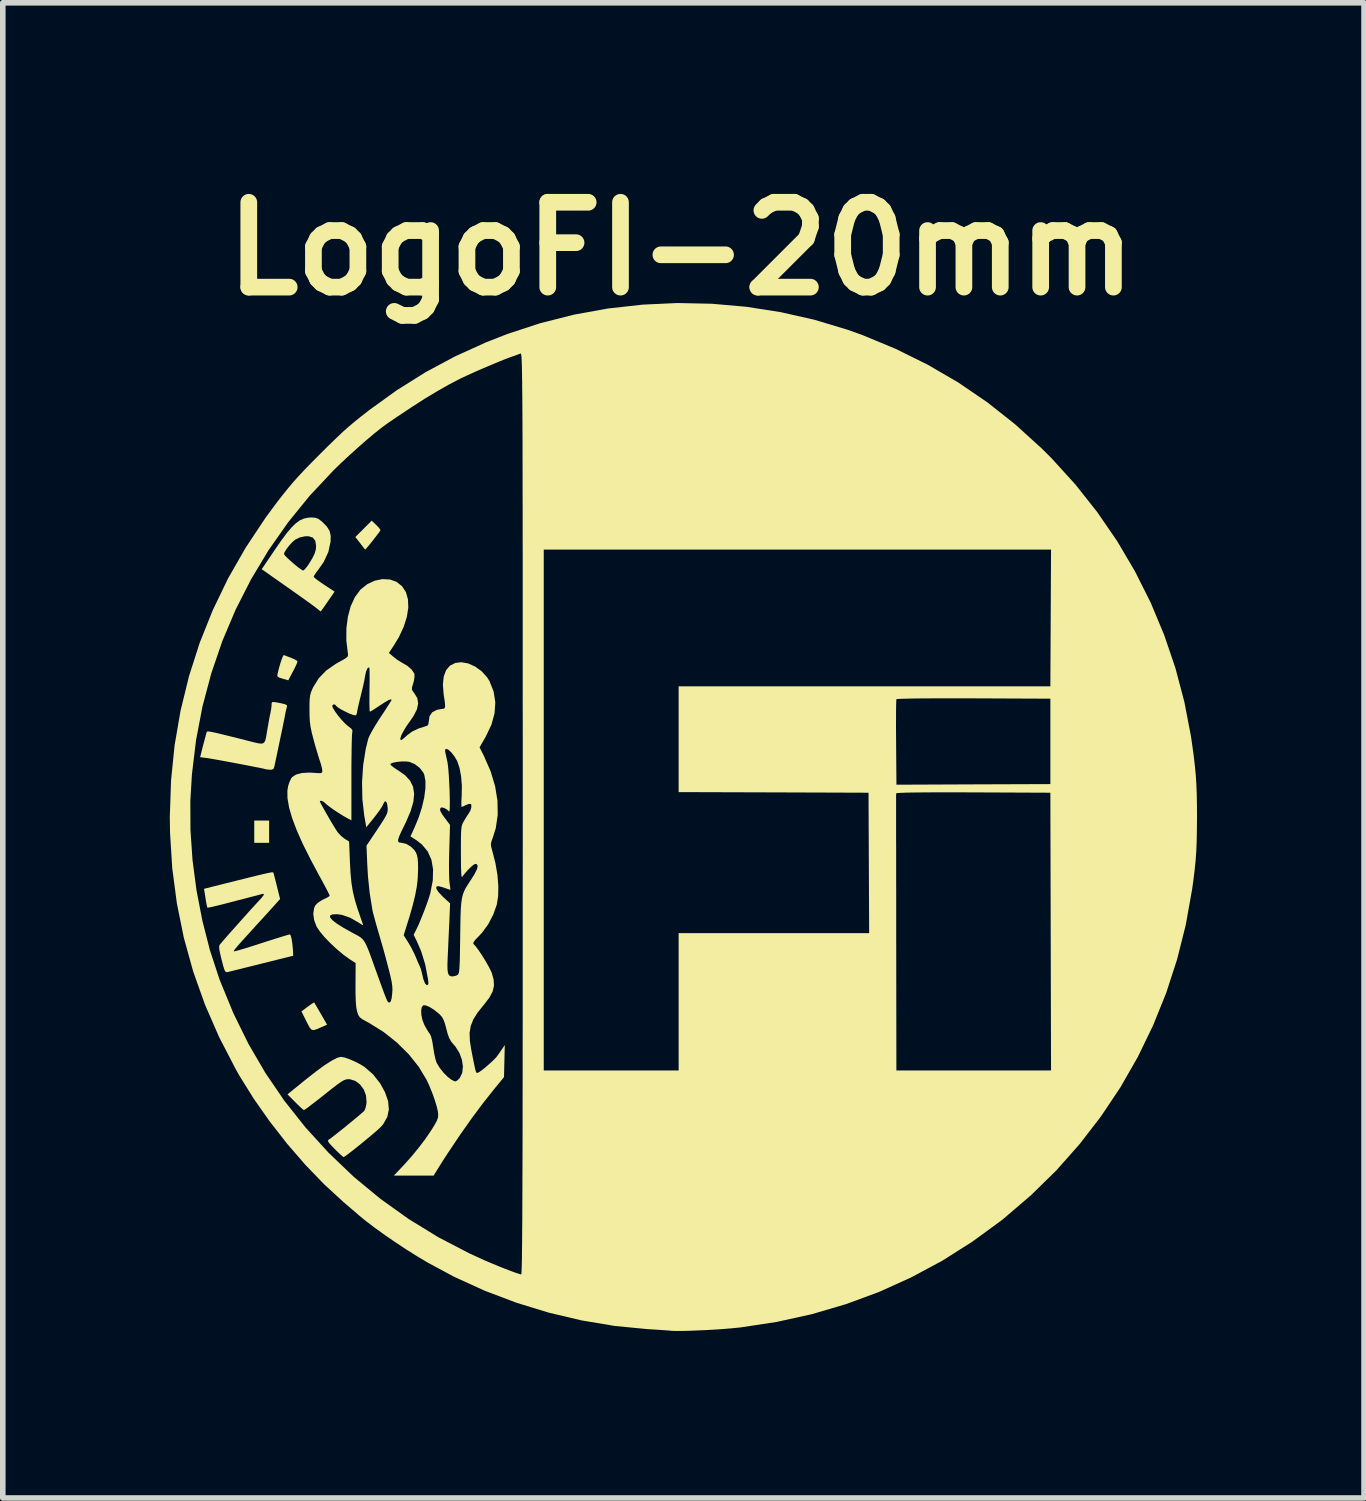
<source format=kicad_pcb>
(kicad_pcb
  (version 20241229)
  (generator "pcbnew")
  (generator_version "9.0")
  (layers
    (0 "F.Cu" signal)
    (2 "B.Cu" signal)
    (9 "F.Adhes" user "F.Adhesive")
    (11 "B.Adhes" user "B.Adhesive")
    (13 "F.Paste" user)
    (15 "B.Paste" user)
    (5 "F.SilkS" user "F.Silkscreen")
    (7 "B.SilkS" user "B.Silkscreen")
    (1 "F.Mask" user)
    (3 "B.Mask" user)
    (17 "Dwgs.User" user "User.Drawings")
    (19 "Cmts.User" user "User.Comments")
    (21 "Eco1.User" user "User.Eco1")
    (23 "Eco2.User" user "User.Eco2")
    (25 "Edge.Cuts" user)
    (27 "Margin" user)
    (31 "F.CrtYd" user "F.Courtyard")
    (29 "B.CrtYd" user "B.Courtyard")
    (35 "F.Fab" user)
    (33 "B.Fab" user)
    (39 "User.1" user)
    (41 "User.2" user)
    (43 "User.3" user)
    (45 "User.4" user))
  (footprint "LogoFI-20mm"
    (layer "F.Cu")
    (at 9.184 11.578)
    (property "Reference" "LogoFI-20mm" (at 0 -10.16 0) (layer "F.SilkS") (effects (font (size 1.524 1.524) (thickness 0.3))))
    (attr board_only exclude_from_pos_files exclude_from_bom)
    (fp_poly (pts (xy -7.4 0.511) (xy -7.667 0.511) (xy -7.667 0.111) (xy -7.4 0.111)) (stroke (width 0) (type solid)) (fill yes) (layer "F.SilkS"))
    (fp_poly (pts (xy -6.577 3.402) (xy -6.546 3.454) (xy -6.503 3.527) (xy -6.471 3.583) (xy -6.359 3.777) (xy -6.456 3.82) (xy -6.541 3.857) (xy -6.598 3.875) (xy -6.636 3.868) (xy -6.669 3.834) (xy -6.705 3.767) (xy -6.731 3.716) (xy -6.819 3.54) (xy -6.709 3.456) (xy -6.65 3.414) (xy -6.607 3.386) (xy -6.59 3.38)) (stroke (width 0) (type solid)) (fill yes) (layer "F.SilkS"))
    (fp_poly (pts (xy -5.478 -5.2) (xy -5.433 -5.153) (xy -5.404 -5.116) (xy -5.4 -5.105) (xy -5.413 -5.083) (xy -5.446 -5.038) (xy -5.493 -4.977) (xy -5.545 -4.909) (xy -5.597 -4.845) (xy -5.641 -4.793) (xy -5.669 -4.761) (xy -5.675 -4.757) (xy -5.689 -4.773) (xy -5.722 -4.815) (xy -5.764 -4.87) (xy -5.851 -4.982) (xy -5.704 -5.129) (xy -5.557 -5.276)) (stroke (width 0) (type solid)) (fill yes) (layer "F.SilkS"))
    (fp_poly (pts (xy -7.108 -2.851) (xy -7.053 -2.83) (xy -7.005 -2.812) (xy -6.942 -2.785) (xy -6.9 -2.759) (xy -6.89 -2.746) (xy -6.9 -2.716) (xy -6.926 -2.658) (xy -6.963 -2.584) (xy -6.973 -2.565) (xy -7.056 -2.408) (xy -7.159 -2.438) (xy -7.22 -2.457) (xy -7.248 -2.476) (xy -7.252 -2.505) (xy -7.245 -2.539) (xy -7.22 -2.638) (xy -7.193 -2.729) (xy -7.168 -2.802) (xy -7.148 -2.849) (xy -7.136 -2.862)) (stroke (width 0) (type solid)) (fill yes) (layer "F.SilkS"))
    (fp_poly (pts (xy -7.264 -2.011) (xy -7.191 -1.997) (xy -7.119 -1.98) (xy -7.084 -1.963) (xy -7.076 -1.943) (xy -7.079 -1.936) (xy -7.091 -1.893) (xy -7.106 -1.827) (xy -7.111 -1.8) (xy -7.121 -1.745) (xy -7.139 -1.657) (xy -7.162 -1.543) (xy -7.189 -1.415) (xy -7.211 -1.311) (xy -7.238 -1.181) (xy -7.263 -1.062) (xy -7.284 -0.963) (xy -7.299 -0.893) (xy -7.305 -0.861) (xy -7.322 -0.816) (xy -7.36 -0.802) (xy -7.375 -0.802) (xy -7.427 -0.806) (xy -7.456 -0.81) (xy -7.495 -0.82) (xy -7.57 -0.836) (xy -7.673 -0.856) (xy -7.795 -0.88) (xy -7.93 -0.906) (xy -8.068 -0.932) (xy -8.202 -0.957) (xy -8.324 -0.979) (xy -8.426 -0.997) (xy -8.5 -1.009) (xy -8.525 -1.013) (xy -8.639 -1.027) (xy -8.619 -1.108) (xy -8.603 -1.172) (xy -8.58 -1.262) (xy -8.554 -1.359) (xy -8.53 -1.448) (xy -8.521 -1.481) (xy -8.515 -1.487) (xy -8.499 -1.49) (xy -8.469 -1.487) (xy -8.42 -1.478) (xy -8.348 -1.463) (xy -8.249 -1.439) (xy -8.119 -1.407) (xy -7.954 -1.366) (xy -7.789 -1.324) (xy -7.667 -1.293) (xy -7.582 -1.274) (xy -7.525 -1.271) (xy -7.49 -1.289) (xy -7.468 -1.329) (xy -7.453 -1.396) (xy -7.437 -1.494) (xy -7.437 -1.494) (xy -7.418 -1.602) (xy -7.4 -1.704) (xy -7.384 -1.786) (xy -7.377 -1.817) (xy -7.363 -1.89) (xy -7.356 -1.954) (xy -7.356 -1.967) (xy -7.354 -1.999) (xy -7.345 -2.015) (xy -7.318 -2.019)) (stroke (width 0) (type solid)) (fill yes) (layer "F.SilkS"))
    (fp_poly (pts (xy -6.566 -5.328) (xy -6.512 -5.306) (xy -6.452 -5.26) (xy -6.443 -5.252) (xy -6.362 -5.169) (xy -6.314 -5.091) (xy -6.294 -5.006) (xy -6.296 -4.897) (xy -6.297 -4.894) (xy -6.336 -4.714) (xy -6.419 -4.535) (xy -6.51 -4.404) (xy -6.557 -4.342) (xy -6.589 -4.293) (xy -6.6 -4.269) (xy -6.583 -4.249) (xy -6.536 -4.211) (xy -6.467 -4.162) (xy -6.412 -4.125) (xy -6.224 -4.001) (xy -6.347 -3.823) (xy -6.399 -3.747) (xy -6.442 -3.687) (xy -6.468 -3.652) (xy -6.474 -3.645) (xy -6.492 -3.658) (xy -6.53 -3.69) (xy -6.537 -3.695) (xy -6.571 -3.721) (xy -6.635 -3.769) (xy -6.725 -3.834) (xy -6.835 -3.912) (xy -6.958 -3.999) (xy -7.064 -4.074) (xy -7.533 -4.404) (xy -7.349 -4.676) (xy -7.133 -4.676) (xy -7.117 -4.651) (xy -7.075 -4.608) (xy -7.016 -4.553) (xy -6.949 -4.495) (xy -6.883 -4.441) (xy -6.828 -4.401) (xy -6.793 -4.38) (xy -6.789 -4.379) (xy -6.765 -4.396) (xy -6.728 -4.439) (xy -6.696 -4.483) (xy -6.628 -4.592) (xy -6.585 -4.679) (xy -6.562 -4.752) (xy -6.556 -4.821) (xy -6.57 -4.912) (xy -6.613 -4.97) (xy -6.686 -4.995) (xy -6.755 -4.995) (xy -6.844 -4.976) (xy -6.923 -4.94) (xy -6.932 -4.934) (xy -6.986 -4.887) (xy -7.043 -4.825) (xy -7.092 -4.76) (xy -7.125 -4.704) (xy -7.133 -4.676) (xy -7.349 -4.676) (xy -7.305 -4.741) (xy -7.187 -4.912) (xy -7.086 -5.048) (xy -6.999 -5.152) (xy -6.92 -5.229) (xy -6.846 -5.282) (xy -6.773 -5.314) (xy -6.696 -5.33) (xy -6.634 -5.333)) (stroke (width 0) (type solid)) (fill yes) (layer "F.SilkS"))
    (fp_poly (pts (xy -6.045 4.367) (xy -5.955 4.398) (xy -5.855 4.442) (xy -5.755 4.494) (xy -5.684 4.539) (xy -5.535 4.668) (xy -5.407 4.83) (xy -5.319 4.989) (xy -5.263 5.15) (xy -5.249 5.298) (xy -5.277 5.434) (xy -5.348 5.56) (xy -5.383 5.603) (xy -5.421 5.64) (xy -5.482 5.695) (xy -5.562 5.763) (xy -5.653 5.839) (xy -5.748 5.917) (xy -5.841 5.992) (xy -5.926 6.059) (xy -5.996 6.112) (xy -6.044 6.146) (xy -6.063 6.156) (xy -6.084 6.141) (xy -6.129 6.101) (xy -6.189 6.043) (xy -6.223 6.01) (xy -6.29 5.94) (xy -6.329 5.894) (xy -6.343 5.866) (xy -6.338 5.849) (xy -6.33 5.843) (xy -6.296 5.82) (xy -6.237 5.775) (xy -6.159 5.713) (xy -6.068 5.641) (xy -5.974 5.564) (xy -5.882 5.489) (xy -5.8 5.421) (xy -5.736 5.366) (xy -5.696 5.33) (xy -5.689 5.322) (xy -5.67 5.28) (xy -5.655 5.212) (xy -5.65 5.171) (xy -5.659 5.051) (xy -5.7 4.942) (xy -5.766 4.852) (xy -5.852 4.787) (xy -5.951 4.757) (xy -5.976 4.756) (xy -6.014 4.76) (xy -6.056 4.775) (xy -6.108 4.805) (xy -6.179 4.855) (xy -6.274 4.928) (xy -6.302 4.95) (xy -6.446 5.065) (xy -6.56 5.154) (xy -6.646 5.22) (xy -6.707 5.267) (xy -6.747 5.295) (xy -6.77 5.309) (xy -6.777 5.311) (xy -6.797 5.296) (xy -6.841 5.257) (xy -6.9 5.2) (xy -6.93 5.17) (xy -7.07 5.029) (xy -6.735 4.757) (xy -6.555 4.616) (xy -6.402 4.504) (xy -6.276 4.424) (xy -6.18 4.374) (xy -6.113 4.356) (xy -6.11 4.356)) (stroke (width 0) (type solid)) (fill yes) (layer "F.SilkS"))
    (fp_poly (pts (xy -7.329 1.042) (xy -7.323 1.047) (xy -7.321 1.053) (xy -7.313 1.084) (xy -7.296 1.148) (xy -7.274 1.234) (xy -7.258 1.299) (xy -7.203 1.52) (xy -7.283 1.61) (xy -7.329 1.661) (xy -7.396 1.735) (xy -7.476 1.823) (xy -7.56 1.915) (xy -7.567 1.922) (xy -7.704 2.073) (xy -7.814 2.194) (xy -7.899 2.288) (xy -7.961 2.358) (xy -8.003 2.408) (xy -8.027 2.44) (xy -8.036 2.457) (xy -8.035 2.461) (xy -8.012 2.457) (xy -7.953 2.442) (xy -7.863 2.416) (xy -7.75 2.381) (xy -7.618 2.339) (xy -7.538 2.313) (xy -7.398 2.268) (xy -7.271 2.228) (xy -7.165 2.195) (xy -7.085 2.171) (xy -7.038 2.158) (xy -7.028 2.156) (xy -7.012 2.176) (xy -6.997 2.234) (xy -6.983 2.32) (xy -6.973 2.426) (xy -6.971 2.453) (xy -6.967 2.539) (xy -7.533 2.68) (xy -7.688 2.719) (xy -7.83 2.754) (xy -7.953 2.785) (xy -8.051 2.809) (xy -8.119 2.826) (xy -8.147 2.833) (xy -8.169 2.834) (xy -8.186 2.823) (xy -8.203 2.79) (xy -8.222 2.731) (xy -8.247 2.637) (xy -8.254 2.608) (xy -8.28 2.501) (xy -8.294 2.428) (xy -8.298 2.381) (xy -8.292 2.351) (xy -8.283 2.336) (xy -8.243 2.289) (xy -8.179 2.215) (xy -8.098 2.123) (xy -8.006 2.02) (xy -7.911 1.913) (xy -7.817 1.808) (xy -7.733 1.714) (xy -7.663 1.638) (xy -7.615 1.586) (xy -7.612 1.582) (xy -7.541 1.506) (xy -7.502 1.456) (xy -7.493 1.431) (xy -7.511 1.427) (xy -7.525 1.43) (xy -7.565 1.441) (xy -7.635 1.46) (xy -7.723 1.482) (xy -7.756 1.491) (xy -7.855 1.517) (xy -7.981 1.549) (xy -8.115 1.584) (xy -8.222 1.612) (xy -8.327 1.638) (xy -8.415 1.659) (xy -8.478 1.672) (xy -8.508 1.676) (xy -8.509 1.676) (xy -8.516 1.651) (xy -8.528 1.595) (xy -8.541 1.517) (xy -8.543 1.502) (xy -8.569 1.337) (xy -8.157 1.233) (xy -7.947 1.181) (xy -7.775 1.138) (xy -7.639 1.104) (xy -7.534 1.079) (xy -7.455 1.061) (xy -7.399 1.049) (xy -7.362 1.042) (xy -7.34 1.041)) (stroke (width 0) (type solid)) (fill yes) (layer "F.SilkS"))
    (fp_poly (pts (xy 0.554 -9.172) (xy 1.175 -9.117) (xy 1.79 -9.021) (xy 2.396 -8.884) (xy 2.99 -8.705) (xy 3.256 -8.61) (xy 3.856 -8.361) (xy 4.43 -8.077) (xy 4.978 -7.758) (xy 5.5 -7.402) (xy 5.997 -7.009) (xy 6.47 -6.58) (xy 6.656 -6.395) (xy 7.083 -5.925) (xy 7.476 -5.428) (xy 7.833 -4.908) (xy 8.153 -4.365) (xy 8.435 -3.803) (xy 8.677 -3.223) (xy 8.879 -2.628) (xy 9.04 -2.019) (xy 9.159 -1.399) (xy 9.175 -1.289) (xy 9.205 -1.074) (xy 9.227 -0.887) (xy 9.244 -0.714) (xy 9.255 -0.545) (xy 9.262 -0.366) (xy 9.266 -0.165) (xy 9.267 0.044) (xy 9.265 0.278) (xy 9.261 0.479) (xy 9.254 0.659) (xy 9.242 0.83) (xy 9.224 1.003) (xy 9.201 1.192) (xy 9.177 1.358) (xy 9.064 1.989) (xy 8.909 2.606) (xy 8.713 3.208) (xy 8.477 3.793) (xy 8.203 4.358) (xy 7.891 4.903) (xy 7.542 5.425) (xy 7.158 5.923) (xy 6.739 6.396) (xy 6.286 6.84) (xy 5.8 7.256) (xy 5.749 7.297) (xy 5.23 7.676) (xy 4.692 8.017) (xy 4.133 8.317) (xy 3.556 8.578) (xy 2.96 8.798) (xy 2.347 8.978) (xy 1.716 9.117) (xy 1.07 9.215) (xy 1.033 9.219) (xy 0.912 9.231) (xy 0.769 9.243) (xy 0.612 9.254) (xy 0.449 9.263) (xy 0.288 9.27) (xy 0.137 9.276) (xy 0.004 9.279) (xy -0.102 9.279) (xy -0.175 9.276) (xy -0.189 9.274) (xy -0.225 9.271) (xy -0.298 9.266) (xy -0.397 9.259) (xy -0.516 9.251) (xy -0.605 9.246) (xy -1.193 9.189) (xy -1.785 9.09) (xy -2.374 8.951) (xy -2.955 8.773) (xy -3.524 8.558) (xy -4.073 8.308) (xy -4.544 8.055) (xy -4.731 7.944) (xy -4.929 7.82) (xy -5.128 7.688) (xy -5.321 7.556) (xy -5.5 7.427) (xy -5.656 7.309) (xy -5.774 7.213) (xy -5.813 7.179) (xy -5.877 7.124) (xy -5.958 7.054) (xy -6.049 6.977) (xy -6.067 6.961) (xy -6.409 6.647) (xy -6.748 6.296) (xy -7.077 5.916) (xy -7.389 5.516) (xy -7.679 5.103) (xy -7.939 4.685) (xy -7.999 4.578) (xy -8.297 4.003) (xy -8.552 3.418) (xy -8.764 2.822) (xy -8.932 2.216) (xy -9.057 1.598) (xy -9.14 0.968) (xy -9.18 0.327) (xy -9.184 0.044) (xy -9.174 -0.244) (xy -8.815 -0.244) (xy -8.813 0.281) (xy -8.776 0.822) (xy -8.704 1.367) (xy -8.599 1.909) (xy -8.464 2.438) (xy -8.298 2.944) (xy -8.28 2.993) (xy -8.042 3.572) (xy -7.771 4.123) (xy -7.466 4.646) (xy -7.125 5.146) (xy -6.747 5.623) (xy -6.33 6.08) (xy -6.325 6.085) (xy -5.877 6.513) (xy -5.399 6.907) (xy -4.894 7.268) (xy -4.363 7.594) (xy -3.808 7.883) (xy -3.511 8.019) (xy -3.396 8.067) (xy -3.276 8.117) (xy -3.158 8.164) (xy -3.05 8.205) (xy -2.96 8.238) (xy -2.897 8.258) (xy -2.872 8.264) (xy -2.87 8.257) (xy -2.867 8.233) (xy -2.865 8.192) (xy -2.863 8.133) (xy -2.861 8.054) (xy -2.859 7.954) (xy -2.858 7.833) (xy -2.856 7.688) (xy -2.855 7.519) (xy -2.853 7.325) (xy -2.852 7.105) (xy -2.851 6.857) (xy -2.85 6.58) (xy -2.849 6.274) (xy -2.848 5.936) (xy -2.847 5.566) (xy -2.847 5.164) (xy -2.846 4.726) (xy -2.846 4.6) (xy -2.467 4.6) (xy -0.044 4.6) (xy -0.044 2.133) (xy 3.378 2.133) (xy 3.367 -0.311) (xy 3.862 -0.311) (xy 3.862 -0.283) (xy 3.862 -0.214) (xy 3.862 -0.106) (xy 3.862 0.038) (xy 3.862 0.214) (xy 3.862 0.42) (xy 3.863 0.654) (xy 3.863 0.911) (xy 3.863 1.189) (xy 3.864 1.486) (xy 3.864 1.798) (xy 3.864 2.123) (xy 3.864 2.167) (xy 3.867 4.6) (xy 6.645 4.6) (xy 6.639 2.106) (xy 6.633 -0.389) (xy 5.25 -0.395) (xy 4.925 -0.396) (xy 4.642 -0.396) (xy 4.403 -0.395) (xy 4.208 -0.393) (xy 4.056 -0.391) (xy 3.948 -0.387) (xy 3.884 -0.383) (xy 3.864 -0.378) (xy 3.862 -0.338) (xy 3.862 -0.311) (xy 3.367 -0.311) (xy 3.367 -0.389) (xy 1.661 -0.395) (xy -0.044 -0.4) (xy -0.044 -1.35) (xy -0.044 -1.599) (xy 3.86 -1.599) (xy 3.861 -1.429) (xy 3.862 -1.291) (xy 3.868 -0.533) (xy 5.251 -0.539) (xy 6.633 -0.544) (xy 6.633 -2.078) (xy 5.257 -2.084) (xy 4.988 -2.084) (xy 4.741 -2.084) (xy 4.519 -2.084) (xy 4.325 -2.083) (xy 4.161 -2.081) (xy 4.03 -2.078) (xy 3.936 -2.075) (xy 3.881 -2.072) (xy 3.868 -2.069) (xy 3.865 -2.043) (xy 3.863 -1.977) (xy 3.861 -1.878) (xy 3.861 -1.75) (xy 3.86 -1.599) (xy -0.044 -1.599) (xy -0.044 -2.3) (xy 6.633 -2.3) (xy 6.639 -3.528) (xy 6.645 -4.756) (xy -2.467 -4.756) (xy -2.467 4.6) (xy -2.846 4.6) (xy -2.846 4.254) (xy -2.845 3.744) (xy -2.845 3.197) (xy -2.845 2.611) (xy -2.845 1.984) (xy -2.845 1.317) (xy -2.844 0.607) (xy -2.844 -0.013) (xy -2.844 -0.735) (xy -2.844 -1.414) (xy -2.845 -2.051) (xy -2.845 -2.648) (xy -2.845 -3.205) (xy -2.845 -3.725) (xy -2.845 -4.207) (xy -2.845 -4.655) (xy -2.846 -5.069) (xy -2.846 -5.451) (xy -2.847 -5.801) (xy -2.847 -6.121) (xy -2.848 -6.412) (xy -2.848 -6.677) (xy -2.849 -6.915) (xy -2.85 -7.129) (xy -2.851 -7.319) (xy -2.852 -7.488) (xy -2.854 -7.636) (xy -2.855 -7.764) (xy -2.857 -7.875) (xy -2.858 -7.968) (xy -2.86 -8.047) (xy -2.862 -8.111) (xy -2.864 -8.162) (xy -2.866 -8.203) (xy -2.869 -8.233) (xy -2.872 -8.254) (xy -2.874 -8.268) (xy -2.877 -8.275) (xy -2.881 -8.278) (xy -2.883 -8.278) (xy -2.924 -8.263) (xy -2.991 -8.238) (xy -3.067 -8.212) (xy -3.157 -8.178) (xy -3.276 -8.13) (xy -3.415 -8.072) (xy -3.562 -8.01) (xy -3.706 -7.947) (xy -3.838 -7.887) (xy -3.946 -7.837) (xy -3.976 -7.822) (xy -4.173 -7.719) (xy -4.382 -7.6) (xy -4.608 -7.464) (xy -4.854 -7.306) (xy -5.127 -7.124) (xy -5.276 -7.022) (xy -5.381 -6.945) (xy -5.509 -6.843) (xy -5.654 -6.721) (xy -5.808 -6.586) (xy -5.965 -6.444) (xy -6.118 -6.302) (xy -6.244 -6.179) (xy -6.669 -5.726) (xy -7.058 -5.247) (xy -7.411 -4.744) (xy -7.726 -4.219) (xy -8.003 -3.675) (xy -8.241 -3.112) (xy -8.439 -2.533) (xy -8.597 -1.939) (xy -8.713 -1.332) (xy -8.787 -0.714) (xy -8.815 -0.244) (xy -9.174 -0.244) (xy -9.162 -0.603) (xy -9.098 -1.24) (xy -8.99 -1.866) (xy -8.84 -2.479) (xy -8.648 -3.079) (xy -8.414 -3.664) (xy -8.139 -4.235) (xy -7.821 -4.791) (xy -7.463 -5.33) (xy -7.255 -5.611) (xy -7.152 -5.743) (xy -7.058 -5.86) (xy -6.966 -5.969) (xy -6.869 -6.077) (xy -6.761 -6.193) (xy -6.634 -6.323) (xy -6.481 -6.477) (xy -6.479 -6.479) (xy -6.325 -6.632) (xy -6.194 -6.759) (xy -6.079 -6.868) (xy -5.97 -6.965) (xy -5.862 -7.056) (xy -5.745 -7.15) (xy -5.613 -7.253) (xy -5.611 -7.255) (xy -5.106 -7.619) (xy -4.591 -7.942) (xy -4.059 -8.227) (xy -3.503 -8.479) (xy -3.121 -8.629) (xy -2.529 -8.823) (xy -1.925 -8.976) (xy -1.312 -9.087) (xy -0.692 -9.156) (xy -0.069 -9.185)) (stroke (width 0) (type solid)) (fill yes) (layer "F.SilkS"))
    (fp_poly (pts (xy -5.23 -4.219) (xy -5.112 -4.177) (xy -5.012 -4.098) (xy -4.943 -3.992) (xy -4.906 -3.862) (xy -4.9 -3.713) (xy -4.926 -3.548) (xy -4.982 -3.37) (xy -5.069 -3.184) (xy -5.171 -3.017) (xy -5.249 -2.9) (xy -5.167 -2.83) (xy -5.1 -2.778) (xy -5.03 -2.734) (xy -5.01 -2.723) (xy -4.915 -2.667) (xy -4.84 -2.601) (xy -4.795 -2.535) (xy -4.79 -2.52) (xy -4.789 -2.461) (xy -4.803 -2.383) (xy -4.812 -2.353) (xy -4.832 -2.288) (xy -4.836 -2.248) (xy -4.822 -2.215) (xy -4.793 -2.178) (xy -4.739 -2.089) (xy -4.723 -1.993) (xy -4.745 -1.886) (xy -4.807 -1.766) (xy -4.863 -1.684) (xy -4.934 -1.583) (xy -4.989 -1.492) (xy -5.027 -1.417) (xy -5.044 -1.362) (xy -5.037 -1.335) (xy -5.029 -1.333) (xy -5.005 -1.348) (xy -4.961 -1.384) (xy -4.923 -1.419) (xy -4.834 -1.486) (xy -4.717 -1.542) (xy -4.564 -1.591) (xy -4.561 -1.591) (xy -4.541 -1.616) (xy -4.533 -1.665) (xy -4.518 -1.764) (xy -4.47 -1.834) (xy -4.387 -1.877) (xy -4.3 -1.894) (xy -4.268 -1.897) (xy -4.248 -1.907) (xy -4.239 -1.93) (xy -4.24 -1.974) (xy -4.248 -2.047) (xy -4.265 -2.155) (xy -4.279 -2.33) (xy -4.264 -2.475) (xy -4.221 -2.59) (xy -4.151 -2.672) (xy -4.055 -2.72) (xy -3.951 -2.733) (xy -3.826 -2.712) (xy -3.699 -2.655) (xy -3.582 -2.57) (xy -3.485 -2.463) (xy -3.441 -2.392) (xy -3.367 -2.205) (xy -3.337 -2.013) (xy -3.351 -1.815) (xy -3.407 -1.61) (xy -3.508 -1.398) (xy -3.519 -1.379) (xy -3.62 -1.204) (xy -3.543 -1.052) (xy -3.423 -0.778) (xy -3.341 -0.507) (xy -3.298 -0.244) (xy -3.294 0.009) (xy -3.329 0.249) (xy -3.382 0.417) (xy -3.407 0.486) (xy -3.417 0.535) (xy -3.411 0.585) (xy -3.391 0.657) (xy -3.39 0.662) (xy -3.335 0.875) (xy -3.299 1.087) (xy -3.283 1.288) (xy -3.286 1.468) (xy -3.31 1.62) (xy -3.311 1.622) (xy -3.374 1.8) (xy -3.464 1.973) (xy -3.573 2.123) (xy -3.623 2.177) (xy -3.69 2.245) (xy -3.725 2.291) (xy -3.734 2.318) (xy -3.727 2.33) (xy -3.688 2.372) (xy -3.635 2.444) (xy -3.575 2.534) (xy -3.514 2.632) (xy -3.46 2.726) (xy -3.418 2.808) (xy -3.4 2.85) (xy -3.367 2.971) (xy -3.361 3.078) (xy -3.385 3.18) (xy -3.44 3.286) (xy -3.531 3.406) (xy -3.55 3.429) (xy -3.658 3.564) (xy -3.733 3.684) (xy -3.779 3.802) (xy -3.799 3.926) (xy -3.794 4.069) (xy -3.767 4.24) (xy -3.762 4.265) (xy -3.735 4.402) (xy -3.715 4.501) (xy -3.7 4.569) (xy -3.689 4.611) (xy -3.68 4.633) (xy -3.671 4.643) (xy -3.661 4.644) (xy -3.657 4.644) (xy -3.628 4.63) (xy -3.576 4.593) (xy -3.511 4.541) (xy -3.442 4.481) (xy -3.378 4.422) (xy -3.329 4.372) (xy -3.315 4.356) (xy -3.274 4.3) (xy -3.228 4.233) (xy -3.22 4.222) (xy -3.167 4.143) (xy -3.174 4.431) (xy -3.181 4.719) (xy -3.364 4.943) (xy -3.565 5.196) (xy -3.762 5.461) (xy -3.965 5.749) (xy -4.052 5.878) (xy -4.13 5.995) (xy -4.191 6.086) (xy -4.238 6.158) (xy -4.28 6.223) (xy -4.322 6.29) (xy -4.371 6.368) (xy -4.387 6.394) (xy -4.445 6.489) (xy -5.16 6.489) (xy -4.976 6.294) (xy -4.846 6.149) (xy -4.715 5.99) (xy -4.592 5.828) (xy -4.488 5.675) (xy -4.425 5.573) (xy -4.385 5.498) (xy -4.366 5.442) (xy -4.363 5.389) (xy -4.368 5.34) (xy -4.389 5.248) (xy -4.425 5.13) (xy -4.471 5) (xy -4.523 4.873) (xy -4.57 4.771) (xy -4.711 4.536) (xy -4.891 4.31) (xy -5.103 4.1) (xy -5.342 3.91) (xy -5.601 3.748) (xy -5.653 3.72) (xy -5.727 3.679) (xy -5.771 3.645) (xy -5.798 3.605) (xy -5.818 3.547) (xy -5.82 3.541) (xy -5.823 3.524) (xy -4.669 3.524) (xy -4.665 3.605) (xy -4.646 3.693) (xy -4.614 3.777) (xy -4.608 3.789) (xy -4.569 3.859) (xy -4.532 3.918) (xy -4.514 3.941) (xy -4.492 3.987) (xy -4.471 4.069) (xy -4.453 4.18) (xy -4.452 4.189) (xy -4.436 4.29) (xy -4.416 4.382) (xy -4.395 4.452) (xy -4.387 4.47) (xy -4.334 4.556) (xy -4.268 4.639) (xy -4.197 4.711) (xy -4.128 4.765) (xy -4.071 4.793) (xy -4.047 4.795) (xy -4.013 4.774) (xy -3.973 4.732) (xy -3.972 4.73) (xy -3.93 4.639) (xy -3.919 4.528) (xy -3.937 4.407) (xy -3.982 4.285) (xy -4.052 4.173) (xy -4.086 4.134) (xy -4.131 4.08) (xy -4.164 4.021) (xy -4.193 3.942) (xy -4.217 3.851) (xy -4.244 3.752) (xy -4.269 3.685) (xy -4.298 3.635) (xy -4.337 3.592) (xy -4.353 3.578) (xy -4.438 3.51) (xy -4.519 3.459) (xy -4.587 3.431) (xy -4.632 3.43) (xy -4.658 3.462) (xy -4.669 3.524) (xy -5.823 3.524) (xy -5.834 3.469) (xy -5.843 3.364) (xy -5.848 3.222) (xy -5.848 3.052) (xy -5.846 2.67) (xy -5.951 2.603) (xy -6.064 2.522) (xy -6.182 2.423) (xy -6.298 2.315) (xy -6.403 2.207) (xy -6.488 2.105) (xy -6.546 2.019) (xy -6.549 2.012) (xy -6.592 1.897) (xy -6.607 1.783) (xy -6.592 1.682) (xy -6.569 1.634) (xy -6.525 1.589) (xy -6.459 1.545) (xy -6.421 1.525) (xy -6.36 1.496) (xy -6.32 1.471) (xy -6.312 1.46) (xy -6.322 1.436) (xy -6.35 1.379) (xy -6.393 1.297) (xy -6.447 1.196) (xy -6.498 1.104) (xy -6.662 0.797) (xy -6.799 0.523) (xy -6.907 0.278) (xy -6.988 0.063) (xy -7.042 -0.125) (xy -7.06 -0.233) (xy -6.489 -0.233) (xy -6.478 -0.208) (xy -6.449 -0.153) (xy -6.407 -0.078) (xy -6.357 0.01) (xy -6.304 0.102) (xy -6.252 0.189) (xy -6.207 0.262) (xy -6.174 0.313) (xy -6.165 0.326) (xy -6.108 0.387) (xy -6.041 0.44) (xy -6.037 0.442) (xy -5.963 0.488) (xy -5.949 0.85) (xy -5.938 1.052) (xy -5.922 1.223) (xy -5.898 1.376) (xy -5.863 1.525) (xy -5.816 1.683) (xy -5.788 1.763) (xy -5.757 1.855) (xy -5.731 1.929) (xy -5.715 1.978) (xy -5.711 1.992) (xy -5.727 1.985) (xy -5.768 1.96) (xy -5.79 1.945) (xy -5.947 1.855) (xy -6.092 1.805) (xy -6.182 1.793) (xy -6.264 1.797) (xy -6.305 1.817) (xy -6.305 1.851) (xy -6.265 1.899) (xy -6.185 1.961) (xy -6.065 2.037) (xy -5.907 2.125) (xy -5.87 2.145) (xy -5.809 2.177) (xy -5.762 2.206) (xy -5.724 2.238) (xy -5.691 2.28) (xy -5.659 2.338) (xy -5.624 2.417) (xy -5.583 2.524) (xy -5.532 2.666) (xy -5.52 2.7) (xy -5.453 2.886) (xy -5.399 3.035) (xy -5.357 3.15) (xy -5.325 3.236) (xy -5.301 3.297) (xy -5.283 3.338) (xy -5.27 3.362) (xy -5.259 3.374) (xy -5.249 3.378) (xy -5.238 3.378) (xy -5.234 3.378) (xy -5.215 3.359) (xy -5.199 3.301) (xy -5.19 3.228) (xy -5.185 3.154) (xy -5.188 3.084) (xy -5.199 3.005) (xy -5.221 2.906) (xy -5.244 2.811) (xy -5.275 2.694) (xy -5.299 2.602) (xy -5.319 2.526) (xy -5.339 2.453) (xy -5.362 2.373) (xy -5.39 2.276) (xy -5.426 2.151) (xy -5.441 2.1) (xy -5.475 1.983) (xy -5.504 1.877) (xy -5.528 1.79) (xy -5.542 1.733) (xy -5.544 1.722) (xy -5.594 1.41) (xy -5.625 1.11) (xy -5.637 0.898) (xy -5.651 0.562) (xy -5.457 0.272) (xy -5.384 0.161) (xy -5.332 0.08) (xy -5.299 0.02) (xy -5.279 -0.026) (xy -5.271 -0.064) (xy -5.27 -0.104) (xy -5.271 -0.124) (xy -5.282 -0.197) (xy -5.301 -0.233) (xy -5.325 -0.23) (xy -5.35 -0.185) (xy -5.351 -0.181) (xy -5.375 -0.135) (xy -5.42 -0.067) (xy -5.479 0.012) (xy -5.514 0.058) (xy -5.655 0.231) (xy -5.693 0.01) (xy -5.725 -0.274) (xy -5.731 -0.576) (xy -5.711 -0.881) (xy -5.708 -0.901) (xy -5.222 -0.901) (xy -5.204 -0.876) (xy -5.157 -0.839) (xy -5.091 -0.795) (xy -5.083 -0.791) (xy -4.958 -0.703) (xy -4.869 -0.606) (xy -4.815 -0.497) (xy -4.795 -0.371) (xy -4.809 -0.226) (xy -4.858 -0.059) (xy -4.94 0.133) (xy -4.966 0.188) (xy -5.025 0.307) (xy -5.063 0.393) (xy -5.082 0.451) (xy -5.083 0.486) (xy -5.066 0.504) (xy -5.031 0.51) (xy -5.016 0.511) (xy -4.939 0.529) (xy -4.859 0.576) (xy -4.792 0.64) (xy -4.764 0.682) (xy -4.745 0.731) (xy -4.732 0.788) (xy -4.726 0.865) (xy -4.724 0.972) (xy -4.725 1.011) (xy -4.731 1.155) (xy -4.748 1.301) (xy -4.778 1.46) (xy -4.822 1.638) (xy -4.881 1.845) (xy -4.913 1.947) (xy -4.983 2.171) (xy -4.903 2.297) (xy -4.849 2.39) (xy -4.795 2.497) (xy -4.766 2.561) (xy -4.735 2.637) (xy -4.707 2.7) (xy -4.691 2.734) (xy -4.674 2.779) (xy -4.658 2.841) (xy -4.657 2.845) (xy -4.629 2.962) (xy -4.6 3.036) (xy -4.57 3.066) (xy -4.564 3.067) (xy -4.544 3.058) (xy -4.539 3.026) (xy -4.546 2.961) (xy -4.546 2.961) (xy -4.596 2.697) (xy -4.668 2.461) (xy -4.745 2.283) (xy -4.804 2.162) (xy -4.758 2.072) (xy -4.715 1.981) (xy -4.666 1.863) (xy -4.614 1.733) (xy -4.566 1.605) (xy -4.527 1.49) (xy -4.503 1.409) (xy -4.483 1.302) (xy -4.398 1.302) (xy -4.395 1.338) (xy -4.36 1.393) (xy -4.296 1.462) (xy -4.275 1.483) (xy -4.149 1.599) (xy -4.163 1.927) (xy -4.17 2.078) (xy -4.178 2.246) (xy -4.185 2.41) (xy -4.192 2.549) (xy -4.197 2.685) (xy -4.196 2.782) (xy -4.188 2.847) (xy -4.171 2.887) (xy -4.144 2.906) (xy -4.104 2.911) (xy -4.102 2.911) (xy -4.043 2.898) (xy -4.014 2.883) (xy -4.003 2.871) (xy -3.994 2.851) (xy -3.987 2.818) (xy -3.982 2.766) (xy -3.978 2.692) (xy -3.974 2.59) (xy -3.972 2.455) (xy -3.969 2.282) (xy -3.968 2.2) (xy -3.965 1.997) (xy -3.962 1.833) (xy -3.957 1.701) (xy -3.949 1.596) (xy -3.937 1.512) (xy -3.921 1.442) (xy -3.898 1.381) (xy -3.868 1.322) (xy -3.83 1.261) (xy -3.789 1.197) (xy -3.713 1.077) (xy -3.668 0.988) (xy -3.653 0.928) (xy -3.668 0.896) (xy -3.697 0.889) (xy -3.726 0.904) (xy -3.774 0.944) (xy -3.829 0.998) (xy -3.881 1.056) (xy -3.921 1.107) (xy -3.93 1.122) (xy -3.938 1.126) (xy -3.945 1.103) (xy -3.949 1.047) (xy -3.953 0.957) (xy -3.954 0.828) (xy -3.955 0.691) (xy -3.955 0.534) (xy -3.954 0.414) (xy -3.952 0.326) (xy -3.948 0.262) (xy -3.941 0.215) (xy -3.931 0.179) (xy -3.916 0.147) (xy -3.897 0.113) (xy -3.858 0.048) (xy -3.824 -0.004) (xy -3.811 -0.022) (xy -3.784 -0.071) (xy -3.768 -0.126) (xy -3.768 -0.172) (xy -3.777 -0.188) (xy -3.81 -0.188) (xy -3.86 -0.17) (xy -3.865 -0.168) (xy -3.913 -0.144) (xy -3.942 -0.133) (xy -3.943 -0.133) (xy -3.946 -0.154) (xy -3.947 -0.209) (xy -3.944 -0.289) (xy -3.941 -0.339) (xy -3.938 -0.516) (xy -3.952 -0.685) (xy -3.98 -0.835) (xy -4.021 -0.955) (xy -4.025 -0.963) (xy -4.073 -1.044) (xy -4.128 -1.114) (xy -4.179 -1.161) (xy -4.218 -1.178) (xy -4.239 -1.165) (xy -4.237 -1.121) (xy -4.236 -1.117) (xy -4.223 -1.058) (xy -4.206 -0.98) (xy -4.198 -0.944) (xy -4.189 -0.885) (xy -4.18 -0.8) (xy -4.172 -0.695) (xy -4.166 -0.578) (xy -4.16 -0.458) (xy -4.156 -0.34) (xy -4.154 -0.234) (xy -4.155 -0.145) (xy -4.157 -0.082) (xy -4.163 -0.052) (xy -4.167 -0.051) (xy -4.207 -0.088) (xy -4.257 -0.116) (xy -4.301 -0.125) (xy -4.312 -0.122) (xy -4.33 -0.098) (xy -4.325 -0.061) (xy -4.293 -0.003) (xy -4.242 0.068) (xy -4.151 0.189) (xy -4.164 0.644) (xy -4.168 0.792) (xy -4.169 0.933) (xy -4.168 1.058) (xy -4.165 1.158) (xy -4.16 1.224) (xy -4.159 1.228) (xy -4.15 1.296) (xy -4.145 1.342) (xy -4.145 1.356) (xy -4.167 1.349) (xy -4.217 1.332) (xy -4.244 1.322) (xy -4.309 1.302) (xy -4.358 1.29) (xy -4.369 1.289) (xy -4.398 1.302) (xy -4.483 1.302) (xy -4.46 1.185) (xy -4.455 0.987) (xy -4.485 0.814) (xy -4.552 0.665) (xy -4.656 0.541) (xy -4.747 0.469) (xy -4.861 0.395) (xy -4.787 0.234) (xy -4.712 0.052) (xy -4.654 -0.129) (xy -4.614 -0.303) (xy -4.593 -0.463) (xy -4.592 -0.601) (xy -4.613 -0.711) (xy -4.629 -0.749) (xy -4.694 -0.834) (xy -4.785 -0.904) (xy -4.883 -0.944) (xy -4.885 -0.944) (xy -4.95 -0.951) (xy -5.028 -0.95) (xy -5.106 -0.942) (xy -5.173 -0.929) (xy -5.214 -0.912) (xy -5.222 -0.901) (xy -5.708 -0.901) (xy -5.665 -1.173) (xy -5.619 -1.36) (xy -5.597 -1.412) (xy -5.555 -1.491) (xy -5.498 -1.589) (xy -5.431 -1.696) (xy -5.396 -1.75) (xy -5.329 -1.85) (xy -5.273 -1.938) (xy -5.23 -2.005) (xy -5.205 -2.046) (xy -5.2 -2.055) (xy -5.212 -2.067) (xy -5.251 -2.054) (xy -5.318 -2.016) (xy -5.411 -1.956) (xy -5.486 -1.906) (xy -5.546 -1.868) (xy -5.584 -1.847) (xy -5.59 -1.844) (xy -5.595 -1.865) (xy -5.597 -1.924) (xy -5.599 -2.013) (xy -5.598 -2.125) (xy -5.597 -2.244) (xy -5.595 -2.372) (xy -5.595 -2.483) (xy -5.596 -2.57) (xy -5.599 -2.626) (xy -5.603 -2.644) (xy -5.634 -2.623) (xy -5.66 -2.562) (xy -5.677 -2.478) (xy -5.689 -2.41) (xy -5.71 -2.314) (xy -5.736 -2.203) (xy -5.758 -2.115) (xy -5.783 -2.012) (xy -5.804 -1.921) (xy -5.818 -1.853) (xy -5.822 -1.821) (xy -5.836 -1.786) (xy -5.855 -1.778) (xy -5.897 -1.788) (xy -5.962 -1.813) (xy -6.035 -1.848) (xy -6.107 -1.885) (xy -6.163 -1.92) (xy -6.192 -1.945) (xy -6.193 -1.947) (xy -6.218 -1.973) (xy -6.249 -1.974) (xy -6.267 -1.95) (xy -6.267 -1.947) (xy -6.252 -1.907) (xy -6.214 -1.846) (xy -6.161 -1.773) (xy -6.099 -1.699) (xy -6.038 -1.634) (xy -5.984 -1.586) (xy -5.979 -1.583) (xy -5.926 -1.542) (xy -5.904 -1.509) (xy -5.906 -1.471) (xy -5.907 -1.467) (xy -5.911 -1.432) (xy -5.914 -1.358) (xy -5.917 -1.251) (xy -5.919 -1.116) (xy -5.921 -0.96) (xy -5.922 -0.787) (xy -5.922 -0.652) (xy -5.922 0.107) (xy -5.987 0.073) (xy -6.062 0.031) (xy -6.15 -0.024) (xy -6.238 -0.082) (xy -6.315 -0.137) (xy -6.371 -0.181) (xy -6.387 -0.197) (xy -6.425 -0.229) (xy -6.464 -0.245) (xy -6.487 -0.241) (xy -6.489 -0.233) (xy -7.06 -0.233) (xy -7.07 -0.287) (xy -7.072 -0.425) (xy -7.058 -0.511) (xy -7.033 -0.585) (xy -7.003 -0.647) (xy -6.989 -0.667) (xy -6.917 -0.715) (xy -6.811 -0.743) (xy -6.675 -0.751) (xy -6.606 -0.747) (xy -6.523 -0.741) (xy -6.475 -0.741) (xy -6.452 -0.75) (xy -6.445 -0.769) (xy -6.444 -0.784) (xy -6.452 -0.833) (xy -6.47 -0.904) (xy -6.487 -0.956) (xy -6.51 -1.027) (xy -6.54 -1.127) (xy -6.574 -1.242) (xy -6.602 -1.344) (xy -6.635 -1.472) (xy -6.656 -1.575) (xy -6.669 -1.672) (xy -6.674 -1.779) (xy -6.675 -1.878) (xy -6.675 -1.993) (xy -6.671 -2.076) (xy -6.663 -2.138) (xy -6.649 -2.191) (xy -6.626 -2.247) (xy -6.606 -2.289) (xy -6.507 -2.447) (xy -6.373 -2.585) (xy -6.2 -2.705) (xy -6.148 -2.735) (xy -6.065 -2.78) (xy -6.014 -2.812) (xy -5.989 -2.837) (xy -5.982 -2.863) (xy -5.986 -2.897) (xy -5.986 -2.897) (xy -6.013 -3.123) (xy -6.012 -3.343) (xy -5.985 -3.551) (xy -5.934 -3.74) (xy -5.859 -3.903) (xy -5.761 -4.035) (xy -5.751 -4.045) (xy -5.634 -4.137) (xy -5.502 -4.198) (xy -5.364 -4.226)) (stroke (width 0) (type solid)) (fill yes) (layer "F.SilkS")))
  (gr_rect
    (start -3 -3)
    (end 21.451 23.857)
    (stroke (width 0.1) (type default))
    (fill no)
    (layer "Edge.Cuts")))
</source>
